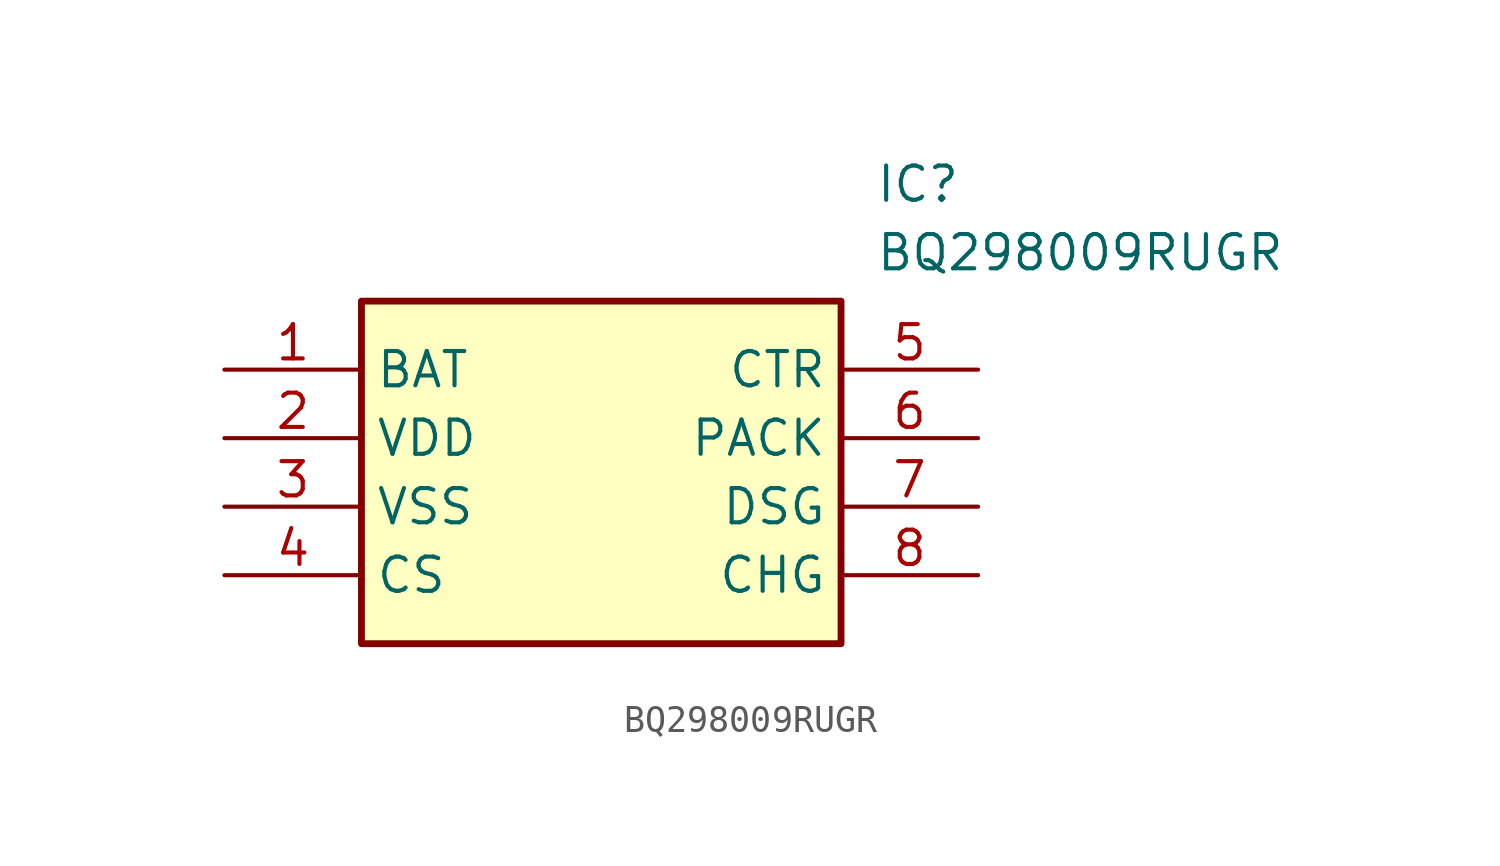
<source format=kicad_sym>
(kicad_symbol_lib
  (version 20211014)
  (generator SamacSys_ECAD_Model)
  (symbol "BQ298009RUGR"
    (property "Reference" "IC"
      (at 24.13 7.62 0)
      (effects (font (size 1.27 1.27)) (justify left top)))
    (property "Value" "BQ298009RUGR"
      (at 24.13 5.08 0)
      (effects (font (size 1.27 1.27)) (justify left top)))
    (rectangle
      (start 5.08 2.54)
      (end 22.86 -10.16)
      (stroke (width 0.254) (type default))
      (fill (type background)))
    (pin passive line
      (at 0 0 0)
      (length 5.08)
      (name "BAT" (effects (font (size 1.27 1.27))))
      (number "1" (effects (font (size 1.27 1.27)))))
    (pin passive line
      (at 0 -2.54 0)
      (length 5.08)
      (name "VDD" (effects (font (size 1.27 1.27))))
      (number "2" (effects (font (size 1.27 1.27)))))
    (pin passive line
      (at 0 -5.08 0)
      (length 5.08)
      (name "VSS" (effects (font (size 1.27 1.27))))
      (number "3" (effects (font (size 1.27 1.27)))))
    (pin passive line
      (at 0 -7.62 0)
      (length 5.08)
      (name "CS" (effects (font (size 1.27 1.27))))
      (number "4" (effects (font (size 1.27 1.27)))))
    (pin passive line
      (at 27.94 0 180)
      (length 5.08)
      (name "CTR" (effects (font (size 1.27 1.27))))
      (number "5" (effects (font (size 1.27 1.27)))))
    (pin passive line
      (at 27.94 -2.54 180)
      (length 5.08)
      (name "PACK" (effects (font (size 1.27 1.27))))
      (number "6" (effects (font (size 1.27 1.27)))))
    (pin passive line
      (at 27.94 -5.08 180)
      (length 5.08)
      (name "DSG" (effects (font (size 1.27 1.27))))
      (number "7" (effects (font (size 1.27 1.27)))))
    (pin passive line
      (at 27.94 -7.62 180)
      (length 5.08)
      (name "CHG" (effects (font (size 1.27 1.27))))
      (number "8" (effects (font (size 1.27 1.27)))))))
</source>
